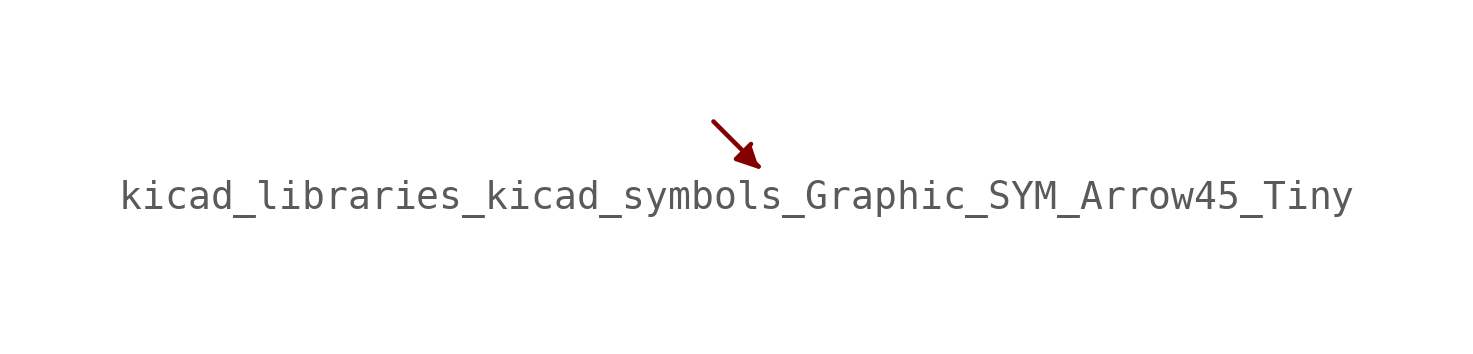
<source format=kicad_sym>
(kicad_symbol_lib
  (version 20220914)
  (generator kicad_symbol_editor)
  (symbol "kicad_libraries_kicad_symbols_Graphic_SYM_Arrow45_Tiny"
    (property "Reference" "#SYM"
      (at 4.064 1.27 0)
      (effects (font (size 1.27 1.27)) hide))
    (symbol "kicad_libraries_kicad_symbols_Graphic_SYM_Arrow45_Tiny_0_1"
      (polyline (pts (xy 0.508 -0.762) (xy -1.016 0.762)) (stroke (width 0) (type default)) (fill (type none)))
      (polyline (pts (xy 0.508 -0.762) (xy -0.254 -0.508) (xy 0.254 0)) (stroke (width 0) (type default)) (fill (type outline))))))
</source>
